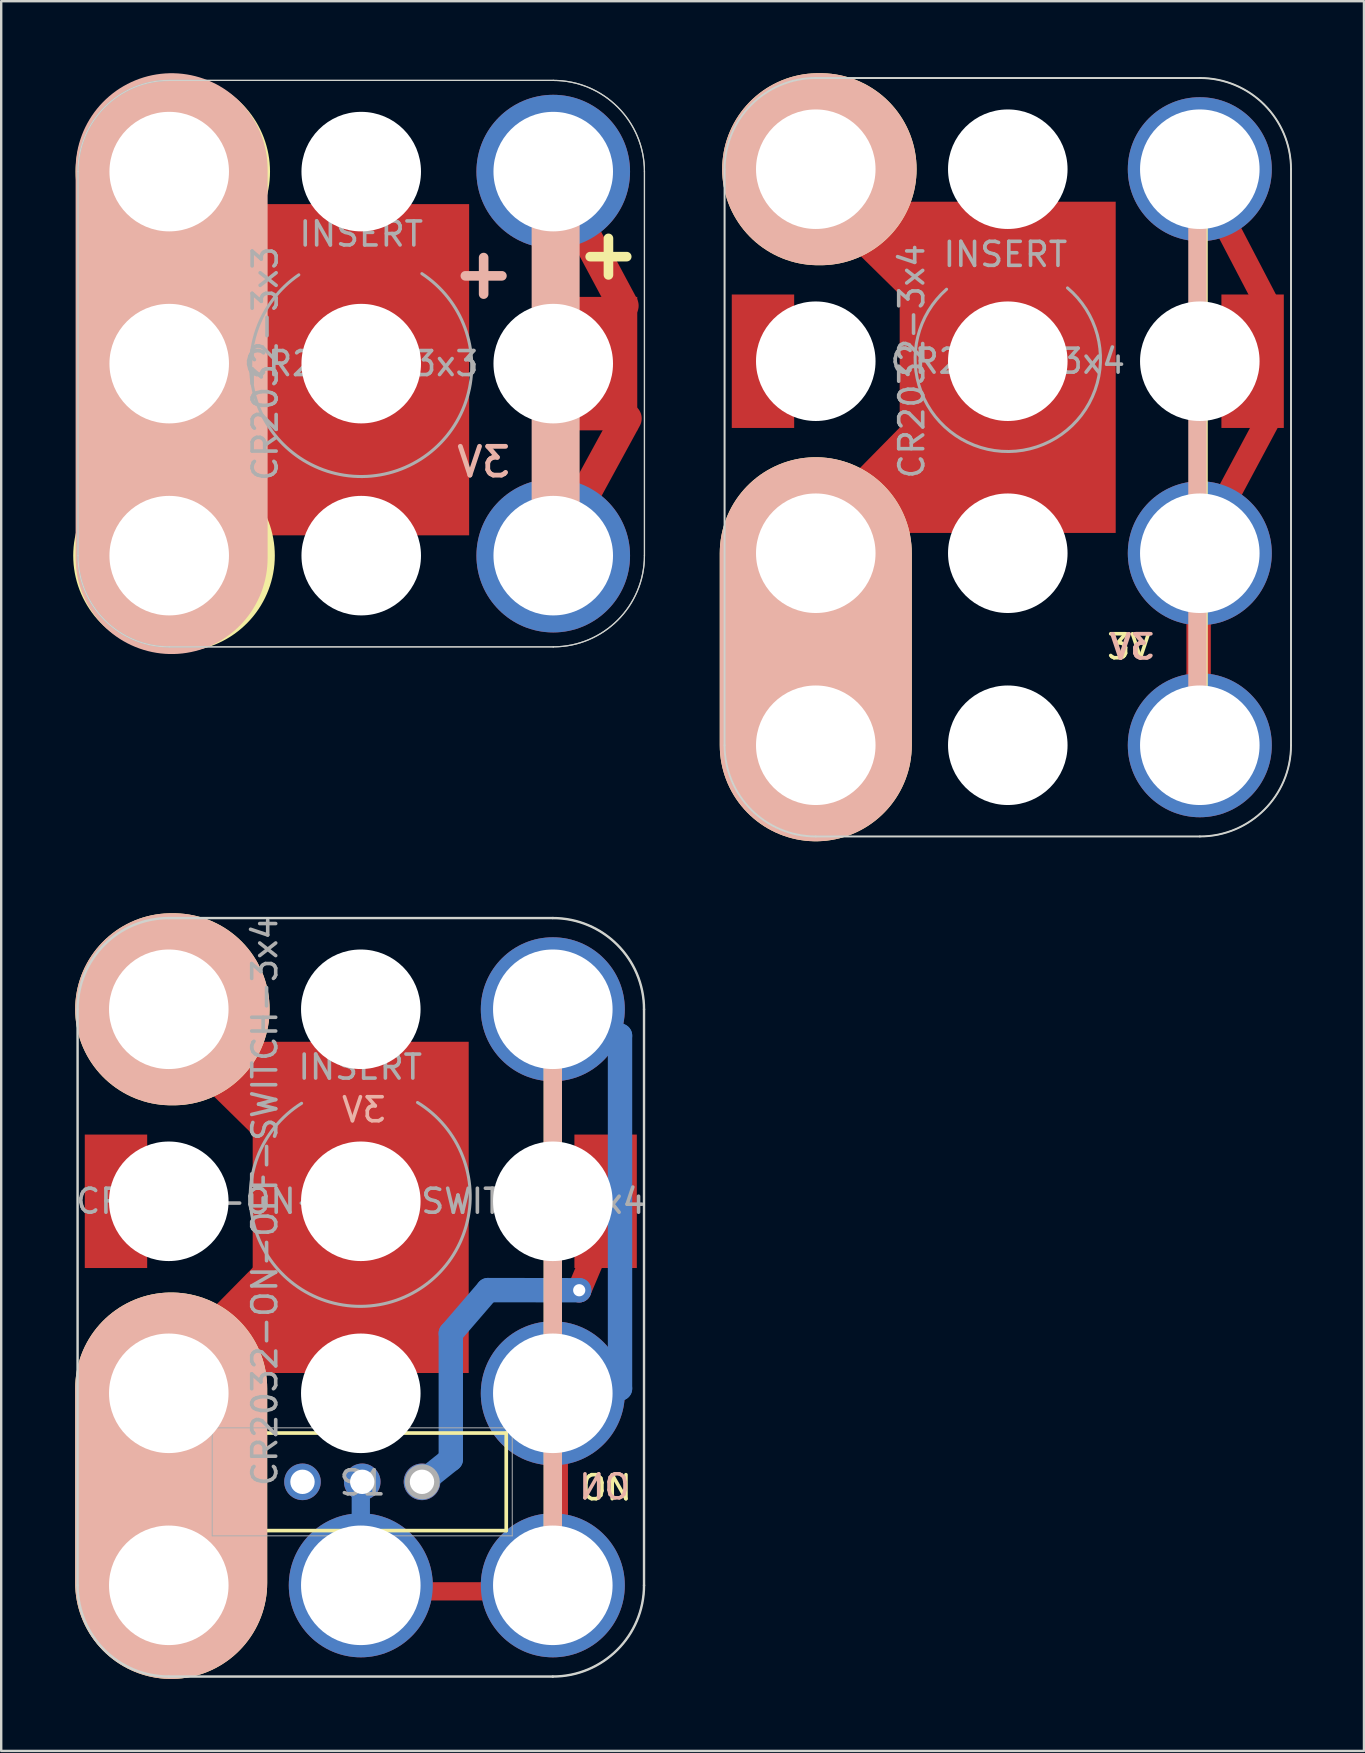
<source format=kicad_pcb>
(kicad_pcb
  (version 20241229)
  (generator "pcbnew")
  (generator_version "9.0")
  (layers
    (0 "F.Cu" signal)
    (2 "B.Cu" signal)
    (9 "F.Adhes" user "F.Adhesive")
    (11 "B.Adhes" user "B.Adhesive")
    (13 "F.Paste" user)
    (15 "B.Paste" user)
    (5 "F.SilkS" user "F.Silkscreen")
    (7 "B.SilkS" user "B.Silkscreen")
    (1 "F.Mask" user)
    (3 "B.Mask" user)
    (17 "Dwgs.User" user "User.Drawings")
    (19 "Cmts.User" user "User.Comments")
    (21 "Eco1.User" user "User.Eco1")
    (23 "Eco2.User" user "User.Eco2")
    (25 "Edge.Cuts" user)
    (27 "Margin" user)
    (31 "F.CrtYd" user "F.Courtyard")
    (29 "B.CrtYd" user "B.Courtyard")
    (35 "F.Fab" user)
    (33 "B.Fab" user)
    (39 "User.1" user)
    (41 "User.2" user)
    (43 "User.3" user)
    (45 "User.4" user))
  (footprint "CR2032-ON-OFF-SWITCH-3x4"
    (layer "F.Cu")
    (at 3.982 63)
    (property "Reference" "CR2032-ON-OFF-SWITCH-3x4" (at 4 -16 90) (layer "F.Fab") (effects (font (size 1 1) (thickness 0.15))))
    (attr through_hole)
    (fp_line (start 0 -24.002) (end 7.874 -16.255) (stroke (width 2.54) (type solid)) (layer "F.Cu"))
    (fp_line (start 0 -8.25) (end 0 0) (stroke (width 2.54) (type solid)) (layer "F.Cu"))
    (fp_line (start 0.127 -8) (end 7.874 -15.874) (stroke (width 2.54) (type solid)) (layer "F.Cu"))
    (fp_line (start 8.2 -18.4) (end 7.874 -16.255) (stroke (width 2.54) (type solid)) (layer "F.Cu"))
    (fp_line (start 16.25 0.25) (end 7.75 0.25) (stroke (width 0.762) (type solid)) (layer "F.Cu"))
    (fp_line (start 16.25 0.25) (end 16.25 -8) (stroke (width 0.762) (type solid)) (layer "F.Cu"))
    (fp_line (start 17.9 -14.194) (end 17.1 -12.294) (stroke (width 1.016) (type solid)) (layer "F.Cu"))
    (fp_arc (start -0.01626 -21.271042) (mid -2.772647 -24.007982) (end -0.021312 -26.75) (stroke (width 0.6) (type solid)) (layer "F.Mask"))
    (fp_arc (start -0.01626 -5.221068) (mid -2.772647 -7.958008) (end -0.021312 -10.700026) (stroke (width 0.6) (type solid)) (layer "F.Mask"))
    (fp_arc (start 15.95 -10.75) (mid 18.706387 -8.01306) (end 15.955052 -5.271042) (stroke (width 0.6) (type solid)) (layer "F.Mask"))
    (fp_arc (start 15.994948 -26.728958) (mid 18.751335 -23.992018) (end 16 -21.25) (stroke (width 0.6) (type solid)) (layer "F.Mask"))
    (fp_line (start 8 0.5) (end 8 -4.5) (stroke (width 0.762) (type solid)) (layer "B.Cu"))
    (fp_line (start 11.75 -5.25) (end 10.5 -4.25) (stroke (width 1.016) (type solid)) (layer "B.Cu"))
    (fp_line (start 11.75 -5.25) (end 11.75 -10.5) (stroke (width 1.016) (type solid)) (layer "B.Cu"))
    (fp_line (start 13.3 -12.3) (end 11.75 -10.5) (stroke (width 1.016) (type solid)) (layer "B.Cu"))
    (fp_line (start 13.3 -12.3) (end 17.094 -12.294) (stroke (width 1.016) (type solid)) (layer "B.Cu"))
    (fp_line (start 17.5 -8.2) (end 18.8 -8.2) (stroke (width 1.016) (type solid)) (layer "B.Cu"))
    (fp_line (start 18.8 -22.9) (end 16.8 -23.9) (stroke (width 1.016) (type solid)) (layer "B.Cu"))
    (fp_line (start 18.8 -22.9) (end 18.8 -8.2) (stroke (width 1.016) (type solid)) (layer "B.Cu"))
    (fp_line (start 0.1 -24) (end 0.2 -24) (stroke (width 8) (type solid)) (layer "F.SilkS"))
    (fp_line (start 0.1 -0.1) (end 0.1 -8.2) (stroke (width 8) (type solid)) (layer "F.SilkS"))
    (fp_line (start 2.06 -6.344) (end 14.06 -6.344) (stroke (width 0.152) (type solid)) (layer "F.SilkS"))
    (fp_line (start 2.06 -2.28) (end 2.06 -6.344) (stroke (width 0.152) (type solid)) (layer "F.SilkS"))
    (fp_line (start 2.06 -2.28) (end 14.06 -2.28) (stroke (width 0.152) (type solid)) (layer "F.SilkS"))
    (fp_line (start 14.06 -2.28) (end 14.06 -6.344) (stroke (width 0.152) (type solid)) (layer "F.SilkS"))
    (fp_line (start 16 -0.508) (end 16 -24.384) (stroke (width 0.762) (type solid)) (layer "F.SilkS"))
    (fp_line (start 0.1 -24) (end 0.2 -24) (stroke (width 8) (type solid)) (layer "B.SilkS"))
    (fp_line (start 0.1 -0.1) (end 0.1 -8.2) (stroke (width 8) (type solid)) (layer "B.SilkS"))
    (fp_line (start 16 -0.508) (end 16 -24.384) (stroke (width 0.762) (type solid)) (layer "B.SilkS"))
    (fp_line (start -3.8 -24) (end -3.8 0) (stroke (width 0.1) (type solid)) (layer "Edge.Cuts"))
    (fp_line (start 0 -27.8) (end 16 -27.8) (stroke (width 0.1) (type solid)) (layer "Edge.Cuts"))
    (fp_line (start 0 3.8) (end 16 3.8) (stroke (width 0.1) (type solid)) (layer "Edge.Cuts"))
    (fp_line (start 19.8 -24) (end 19.8 0) (stroke (width 0.1) (type solid)) (layer "Edge.Cuts"))
    (fp_arc (start -3.8 -24) (mid -2.687006 -26.687006) (end 0 -27.8) (stroke (width 0.1) (type solid)) (layer "Edge.Cuts"))
    (fp_arc (start 0 3.8) (mid -2.687006 2.687006) (end -3.8 0) (stroke (width 0.1) (type solid)) (layer "Edge.Cuts"))
    (fp_arc (start 16 -27.8) (mid 18.687006 -26.687006) (end 19.8 -24) (stroke (width 0.1) (type solid)) (layer "Edge.Cuts"))
    (fp_arc (start 19.8 0) (mid 18.687006 2.687006) (end 16 3.8) (stroke (width 0.1) (type solid)) (layer "Edge.Cuts"))
    (fp_line (start -3.8 -24) (end -3.8 0) (stroke (width 0.05) (type solid)) (layer "F.Fab"))
    (fp_line (start 0 -27.8) (end 16 -27.8) (stroke (width 0.05) (type solid)) (layer "F.Fab"))
    (fp_line (start 0 3.8) (end 16 3.8) (stroke (width 0.05) (type solid)) (layer "F.Fab"))
    (fp_line (start 1.81 -6.562) (end 1.81 -2.062) (stroke (width 0.041) (type solid)) (layer "F.Fab"))
    (fp_line (start 1.81 -2.062) (end 14.31 -2.062) (stroke (width 0.041) (type solid)) (layer "F.Fab"))
    (fp_line (start 7.837 -23.921) (end 7.837 -22.956) (stroke (width 0.127) (type solid)) (layer "F.Fab"))
    (fp_line (start 7.837 -22.956) (end 7.38 -23.312) (stroke (width 0.127) (type solid)) (layer "F.Fab"))
    (fp_line (start 7.837 -22.956) (end 8.345 -23.312) (stroke (width 0.127) (type solid)) (layer "F.Fab"))
    (fp_line (start 14.31 -6.562) (end 1.81 -6.562) (stroke (width 0.041) (type solid)) (layer "F.Fab"))
    (fp_line (start 14.31 -2.062) (end 14.31 -6.562) (stroke (width 0.041) (type solid)) (layer "F.Fab"))
    (fp_line (start 19.8 -24) (end 19.8 0) (stroke (width 0.05) (type solid)) (layer "F.Fab"))
    (fp_arc (start -3.8 -24) (mid -2.687006 -26.687006) (end 0 -27.8) (stroke (width 0.05) (type solid)) (layer "F.Fab"))
    (fp_arc (start 0 3.8) (mid -2.687006 2.687006) (end -3.8 0) (stroke (width 0.05) (type solid)) (layer "F.Fab"))
    (fp_arc (start 10.3632 -20.1168) (mid 8.007447 -11.622599) (end 5.533865 -20.083238) (stroke (width 0.127) (type solid)) (layer "F.Fab"))
    (fp_arc (start 16 -27.8) (mid 18.687006 -26.687006) (end 19.8 -24) (stroke (width 0.05) (type solid)) (layer "F.Fab"))
    (fp_arc (start 19.8 0) (mid 18.687006 2.687006) (end 16 3.8) (stroke (width 0.05) (type solid)) (layer "F.Fab"))
    (fp_circle (center 10.56 -4.312) (end 10.46 -4.512) (stroke (width 0.508) (type solid)) (fill no) (layer "F.Fab"))
    (fp_text user "ON" (at 18.237 -4.064 0) (layer "F.SilkS") (effects (font (size 1 1) (thickness 0.15))))
    (fp_text user "OFF" (at -0.051 -4.064 0) (layer "B.SilkS") (effects (font (size 1 1) (thickness 0.15)) (justify mirror)))
    (fp_text user "ON" (at 18.15 -4.1 0) (layer "B.SilkS") (effects (font (size 1 1) (thickness 0.15)) (justify mirror)))
    (fp_text user "3V" (at 8.128 -19.812 0) (layer "B.SilkS") (effects (font (size 1 1) (thickness 0.15)) (justify mirror)))
    (fp_text user "${REFERENCE}" (at 8 -16 0) (layer "F.Fab") (effects (font (size 1 1) (thickness 0.15))))
    (fp_text user "INSERT" (at 7.976 -21.59 0) (layer "F.Fab") (effects (font (size 1 1) (thickness 0.15))))
    (fp_text user "S1" (at 8.077 -4.267 0) (layer "F.Fab") (effects (font (size 1 1) (thickness 0.15))))
    (pad "" np_thru_hole circle (at 0 -16) (size 4.98 4.98) (drill 4.98) (layers "*.Cu" "B.Mask"))
    (pad "" np_thru_hole circle (at 8 -24) (size 4.98 4.98) (drill 4.98) (layers "*.Cu" "B.Mask"))
    (pad "" np_thru_hole circle (at 8 -16) (size 4.98 4.98) (drill 4.98) (layers "*.Cu" "B.Mask"))
    (pad "" np_thru_hole circle (at 8 -8) (size 4.98 4.98) (drill 4.98) (layers "*.Cu" "B.Mask"))
    (pad "" np_thru_hole circle (at 16 -16) (size 4.98 4.98) (drill 4.98) (layers "*.Cu" "B.Mask"))
    (pad "" thru_hole circle (at 17.1 -12.294) (size 1.016 1.016) (drill 0.508) (layers "*.Cu"))
    (pad "+" smd rect (at -2.2 -16) (size 2.6 5.56) (layers "F.Cu" "F.Mask" "F.Paste"))
    (pad "+" thru_hole circle (at 8 0) (size 6 6) (drill 4.98) (layers "*.Cu"))
    (pad "+" thru_hole circle (at 16 -24) (size 6 6) (drill 4.98) (layers "*.Cu" "B.Mask"))
    (pad "+" thru_hole circle (at 16 -8) (size 6 6) (drill 4.98) (layers "*.Cu" "B.Mask"))
    (pad "+" thru_hole circle (at 16 0) (size 6 6) (drill 4.98) (layers "*.Cu" "*.Mask"))
    (pad "+" smd rect (at 18.2 -16) (size 2.6 5.56) (layers "F.Cu" "F.Mask" "F.Paste"))
    (pad "1" thru_hole circle (at 10.55 -4.312 180) (size 1.524 1.524) (drill 1.016) (layers "*.Cu" "*.Mask"))
    (pad "2" thru_hole circle (at 8.06 -4.312 180) (size 1.524 1.524) (drill 1.016) (layers "*.Cu" "*.Mask"))
    (pad "3" thru_hole circle (at 5.571 -4.312 180) (size 1.524 1.524) (drill 1.016) (layers "*.Cu" "*.Mask"))
    (pad "GND" thru_hole circle (at 0 -24) (size 6 6) (drill 4.98) (layers "*.Cu" "B.Mask"))
    (pad "GND" thru_hole circle (at 0 -8) (size 6 6) (drill 4.98) (layers "*.Cu" "B.Mask"))
    (pad "GND" thru_hole circle (at 0 0) (size 6 6) (drill 4.98) (layers "*.Cu" "*.Mask"))
    (pad "GND" smd rect (at 7.996 -15.746) (size 9 13.8) (layers "F.Cu" "F.Mask" "F.Paste")))
  (footprint "CR2032-3x3"
    (layer "F.Cu")
    (at 4 20.1)
    (property "Reference" "CR2032-3x3" (at 4 -8 90) (layer "F.Fab") (effects (font (size 1 1) (thickness 0.15))))
    (attr through_hole)
    (fp_line (start -0.381 0.127) (end 7.874 -7.874) (stroke (width 2.54) (type solid)) (layer "F.Cu"))
    (fp_line (start 0 -16.129) (end 8.001 -7.874) (stroke (width 2.54) (type solid)) (layer "F.Cu"))
    (fp_line (start 16.002 -15.875) (end 18.923 -10.414) (stroke (width 1.27) (type solid)) (layer "F.Cu"))
    (fp_line (start 16.002 -0.127) (end 19.05 -5.715) (stroke (width 1.27) (type solid)) (layer "F.Cu"))
    (fp_line (start 0 0) (end 0.4 0) (stroke (width 8) (type solid)) (layer "F.SilkS"))
    (fp_line (start 0.1 -16) (end 0.2 -16) (stroke (width 8) (type solid)) (layer "F.SilkS"))
    (fp_line (start 0.1 0.1) (end 0.1 -16.1) (stroke (width 8) (type solid)) (layer "B.SilkS"))
    (fp_line (start 16.1 0.6) (end 16.1 -15.5) (stroke (width 2) (type solid)) (layer "B.SilkS"))
    (fp_line (start -3.8 -16) (end -3.8 0) (stroke (width 0.05) (type solid)) (layer "Edge.Cuts"))
    (fp_line (start 0 -19.8) (end 16 -19.8) (stroke (width 0.05) (type solid)) (layer "Edge.Cuts"))
    (fp_line (start 0 3.8) (end 16 3.8) (stroke (width 0.05) (type solid)) (layer "Edge.Cuts"))
    (fp_line (start 19.8 -16) (end 19.8 0) (stroke (width 0.05) (type solid)) (layer "Edge.Cuts"))
    (fp_arc (start -3.8 -16) (mid -2.687006 -18.687006) (end 0 -19.8) (stroke (width 0.05) (type solid)) (layer "Edge.Cuts"))
    (fp_arc (start 0 3.8) (mid -2.687006 2.687006) (end -3.8 0) (stroke (width 0.05) (type solid)) (layer "Edge.Cuts"))
    (fp_arc (start 16 -19.8) (mid 18.687006 -18.687006) (end 19.8 -16) (stroke (width 0.05) (type solid)) (layer "Edge.Cuts"))
    (fp_arc (start 19.8 0) (mid 18.687006 2.687006) (end 16 3.8) (stroke (width 0.05) (type solid)) (layer "Edge.Cuts"))
    (fp_line (start -3.8 -16) (end -3.8 0) (stroke (width 0.05) (type solid)) (layer "F.Fab"))
    (fp_line (start 0 -19.8) (end 16 -19.8) (stroke (width 0.05) (type solid)) (layer "F.Fab"))
    (fp_line (start 0 3.8) (end 16 3.8) (stroke (width 0.05) (type solid)) (layer "F.Fab"))
    (fp_line (start 8 -16.5) (end 8 -14.9) (stroke (width 0.127) (type solid)) (layer "F.Fab"))
    (fp_line (start 8 -14.9) (end 7.5 -15.7) (stroke (width 0.127) (type solid)) (layer "F.Fab"))
    (fp_line (start 8 -14.9) (end 8.4 -15.7) (stroke (width 0.127) (type solid)) (layer "F.Fab"))
    (fp_line (start 19.8 -16) (end 19.8 0) (stroke (width 0.05) (type solid)) (layer "F.Fab"))
    (fp_arc (start -3.8 -16) (mid -2.687006 -18.687006) (end 0 -19.8) (stroke (width 0.05) (type solid)) (layer "F.Fab"))
    (fp_arc (start 0 3.8) (mid -2.687006 2.687006) (end -3.8 0) (stroke (width 0.05) (type solid)) (layer "F.Fab"))
    (fp_arc (start 10.526203 -11.749452) (mid 8.044417 -3.29587) (end 5.400001 -11.699999) (stroke (width 0.127) (type solid)) (layer "F.Fab"))
    (fp_arc (start 16 -19.8) (mid 18.687006 -18.687006) (end 19.8 -16) (stroke (width 0.05) (type solid)) (layer "F.Fab"))
    (fp_arc (start 19.8 0) (mid 18.687006 2.687006) (end 16 3.8) (stroke (width 0.05) (type solid)) (layer "F.Fab"))
    (fp_text user "+" (at 18.3 -12.6 0) (layer "F.SilkS") (effects (font (size 2 2) (thickness 0.4))))
    (fp_text user "+" (at 13.1 -11.8 0) (layer "B.SilkS") (effects (font (size 2 2) (thickness 0.4)) (justify mirror)))
    (fp_text user "3V" (at 13.1 -3.9 0) (layer "B.SilkS") (effects (font (size 1.2 1.2) (thickness 0.2)) (justify mirror)))
    (fp_text user "${REFERENCE}" (at 8 -8 0) (layer "F.Fab") (effects (font (size 1 1) (thickness 0.15))))
    (fp_text user "INSERT" (at 8 -13.4 0) (layer "F.Fab") (effects (font (size 1 1) (thickness 0.15))))
    (pad "" np_thru_hole circle (at 0 -8) (size 4.98 4.98) (drill 4.98) (layers "*.Cu" "B.Mask"))
    (pad "" np_thru_hole circle (at 8 -16) (size 4.98 4.98) (drill 4.98) (layers "*.Cu" "B.Mask"))
    (pad "" np_thru_hole circle (at 8 -8) (size 4.98 4.98) (drill 4.98) (layers "*.Cu" "B.Mask"))
    (pad "" np_thru_hole circle (at 8 0) (size 4.98 4.98) (drill 4.98) (layers "*.Cu" "B.Mask"))
    (pad "" np_thru_hole circle (at 16 -8) (size 4.98 4.98) (drill 4.98) (layers "*.Cu" "B.Mask"))
    (pad "+" smd rect (at -2.2 -8) (size 2.6 5.56) (layers "F.Cu" "F.Mask" "F.Paste"))
    (pad "+" thru_hole circle (at 16 -16) (size 6.4 6.4) (drill 4.98) (layers "*.Cu" "B.Mask"))
    (pad "+" thru_hole circle (at 16 0) (size 6.4 6.4) (drill 4.98) (layers "*.Cu" "B.Mask"))
    (pad "+" smd rect (at 18.2 -8) (size 2.6 5.56) (layers "F.Cu" "F.Mask" "F.Paste"))
    (pad "GND" thru_hole circle (at 0 -16) (size 6.4 6.4) (drill 4.98) (layers "*.Cu" "B.Mask"))
    (pad "GND" thru_hole circle (at 0 0) (size 6.4 6.4) (drill 4.98) (layers "*.Cu" "B.Mask"))
    (pad "GND" smd rect (at 7.996 -7.746) (size 9 13.8) (layers "F.Cu" "F.Mask" "F.Paste")))
  (footprint "CR2032-3x4"
    (layer "F.Cu")
    (at 30.938 20)
    (property "Reference" "CR2032-3x4" (at 4 -8 90) (layer "F.Fab") (effects (font (size 1 1) (thickness 0.15))))
    (attr through_hole)
    (fp_line (start 0 -16.002) (end 7.874 -8.255) (stroke (width 2.54) (type solid)) (layer "F.Cu"))
    (fp_line (start 0.127 0) (end 0.15 8.15) (stroke (width 2.54) (type solid)) (layer "F.Cu"))
    (fp_line (start 0.127 0) (end 7.874 -7.874) (stroke (width 2.54) (type solid)) (layer "F.Cu"))
    (fp_line (start 15.95 6.8) (end 15.95 0.15) (stroke (width 1.016) (type solid)) (layer "F.Cu"))
    (fp_line (start 18.923 -10.16) (end 15.875 -16.002) (stroke (width 1.016) (type solid)) (layer "F.Cu"))
    (fp_line (start 18.95 -5.75) (end 16.029 -0.289) (stroke (width 1.016) (type solid)) (layer "F.Cu"))
    (fp_arc (start -0.05 -13.25) (mid -2.799894 -15.97588) (end -0.098238 -18.749577) (stroke (width 0.6) (type solid)) (layer "F.Mask"))
    (fp_arc (start -0.001762 2.749577) (mid -2.751656 0.023697) (end -0.05 -2.75) (stroke (width 0.6) (type solid)) (layer "F.Mask"))
    (fp_arc (start 16 -18.7) (mid 18.7 -16) (end 16 -13.3) (stroke (width 0.6) (type solid)) (layer "F.Mask"))
    (fp_arc (start 16.001762 -2.749577) (mid 18.751656 -0.023697) (end 16.05 2.75) (stroke (width 0.6) (type solid)) (layer "F.Mask"))
    (fp_line (start 0 0) (end 0 8) (stroke (width 8) (type solid)) (layer "F.SilkS"))
    (fp_line (start 0.1 -16) (end 0.2 -16) (stroke (width 8) (type solid)) (layer "F.SilkS"))
    (fp_line (start 15.95 7.95) (end 15.95 -16.05) (stroke (width 0.762) (type solid)) (layer "F.SilkS"))
    (fp_line (start 0 0) (end 0 8) (stroke (width 8) (type solid)) (layer "B.SilkS"))
    (fp_line (start 0.1 -16) (end 0.2 -16) (stroke (width 8) (type solid)) (layer "B.SilkS"))
    (fp_line (start 15.9 7.95) (end 15.9 -16.05) (stroke (width 0.762) (type solid)) (layer "B.SilkS"))
    (fp_line (start -3.8 -16) (end -3.8 8) (stroke (width 0.08) (type solid)) (layer "Edge.Cuts"))
    (fp_line (start 0 -19.8) (end 16 -19.8) (stroke (width 0.08) (type solid)) (layer "Edge.Cuts"))
    (fp_line (start 0 11.8) (end 16 11.8) (stroke (width 0.08) (type solid)) (layer "Edge.Cuts"))
    (fp_line (start 19.8 -16) (end 19.8 8) (stroke (width 0.08) (type solid)) (layer "Edge.Cuts"))
    (fp_arc (start -3.8 -16) (mid -2.687006 -18.687006) (end 0 -19.8) (stroke (width 0.08) (type solid)) (layer "Edge.Cuts"))
    (fp_arc (start 0 11.8) (mid -2.687006 10.687006) (end -3.8 8) (stroke (width 0.08) (type solid)) (layer "Edge.Cuts"))
    (fp_arc (start 16 -19.8) (mid 18.687006 -18.687006) (end 19.8 -16) (stroke (width 0.08) (type solid)) (layer "Edge.Cuts"))
    (fp_arc (start 19.8 8) (mid 18.687006 10.687006) (end 16 11.8) (stroke (width 0.08) (type solid)) (layer "Edge.Cuts"))
    (fp_line (start -3.8 -16) (end -3.8 8) (stroke (width 0.05) (type solid)) (layer "F.Fab"))
    (fp_line (start 0 -19.8) (end 16 -19.8) (stroke (width 0.05) (type solid)) (layer "F.Fab"))
    (fp_line (start 0 11.8) (end 16 11.8) (stroke (width 0.05) (type solid)) (layer "F.Fab"))
    (fp_line (start 7.85 -16.15) (end 7.85 -14.1) (stroke (width 0.127) (type solid)) (layer "F.Fab"))
    (fp_line (start 7.85 -14.1) (end 7.15 -14.75) (stroke (width 0.127) (type solid)) (layer "F.Fab"))
    (fp_line (start 7.85 -14.1) (end 8.6 -14.75) (stroke (width 0.127) (type solid)) (layer "F.Fab"))
    (fp_line (start 19.8 -16) (end 19.8 8) (stroke (width 0.05) (type solid)) (layer "F.Fab"))
    (fp_arc (start -3.8 -16) (mid -2.687006 -18.687006) (end 0 -19.8) (stroke (width 0.05) (type solid)) (layer "F.Fab"))
    (fp_arc (start 0 11.8) (mid -2.687006 10.687006) (end -3.8 8) (stroke (width 0.05) (type solid)) (layer "F.Fab"))
    (fp_arc (start 10.487439 -11.053834) (mid 8.041267 -4.238551) (end 5.450001 -10.999999) (stroke (width 0.127) (type solid)) (layer "F.Fab"))
    (fp_arc (start 16 -19.8) (mid 18.687006 -18.687006) (end 19.8 -16) (stroke (width 0.05) (type solid)) (layer "F.Fab"))
    (fp_arc (start 19.8 8) (mid 18.687006 10.687006) (end 16 11.8) (stroke (width 0.05) (type solid)) (layer "F.Fab"))
    (fp_text user "3V" (at 13.05 3.9 0) (layer "F.SilkS") (effects (font (size 1 1) (thickness 0.15))))
    (fp_text user "3V" (at 13.15 3.9 0) (layer "B.SilkS") (effects (font (size 1 1) (thickness 0.15)) (justify mirror)))
    (fp_text user "3V" (at 13.2 3.9 0) (layer "B.SilkS") (effects (font (size 1 1) (thickness 0.15)) (justify mirror)))
    (fp_text user "INSERT" (at 7.9 -12.45 0) (layer "F.Fab") (effects (font (size 1 1) (thickness 0.15))))
    (fp_text user "${REFERENCE}" (at 8 -8 0) (layer "F.Fab") (effects (font (size 1 1) (thickness 0.15))))
    (pad "" np_thru_hole circle (at 0 -8) (size 4.98 4.98) (drill 4.98) (layers "*.Cu" "B.Mask"))
    (pad "" np_thru_hole circle (at 8 -16) (size 4.98 4.98) (drill 4.98) (layers "*.Cu" "B.Mask"))
    (pad "" np_thru_hole circle (at 8 -8) (size 4.98 4.98) (drill 4.98) (layers "*.Cu" "B.Mask"))
    (pad "" np_thru_hole circle (at 8 0) (size 4.98 4.98) (drill 4.98) (layers "*.Cu" "B.Mask"))
    (pad "" np_thru_hole circle (at 8 8) (size 4.98 4.98) (drill 4.98) (layers "*.Cu"))
    (pad "" np_thru_hole circle (at 16 -8) (size 4.98 4.98) (drill 4.98) (layers "*.Cu" "B.Mask"))
    (pad "+" smd rect (at -2.2 -8) (size 2.6 5.56) (layers "F.Cu" "F.Mask" "F.Paste"))
    (pad "+" thru_hole circle (at 16 -16) (size 6 6) (drill 4.98) (layers "*.Cu" "B.Mask"))
    (pad "+" thru_hole circle (at 16 0) (size 6 6) (drill 4.98) (layers "*.Cu" "B.Mask"))
    (pad "+" thru_hole circle (at 16 8) (size 6 6) (drill 4.98) (layers "*.Cu" "*.Mask"))
    (pad "+" smd rect (at 18.2 -8) (size 2.6 5.56) (layers "F.Cu" "F.Mask" "F.Paste"))
    (pad "GND" thru_hole circle (at 0 -16) (size 6 6) (drill 4.98) (layers "*.Cu" "B.Mask"))
    (pad "GND" thru_hole circle (at 0 0) (size 6 6) (drill 4.98) (layers "*.Cu" "B.Mask"))
    (pad "GND" thru_hole circle (at 0 8) (size 6 6) (drill 4.98) (layers "*.Cu" "*.Mask"))
    (pad "GND" smd rect (at 7.996 -7.746) (size 9 13.8) (layers "F.Cu" "F.Mask" "F.Paste")))
  (gr_rect
    (start -3 -3)
    (end 53.778 69.9)
    (stroke (width 0.1) (type default))
    (fill no)
    (layer "Edge.Cuts")))
</source>
